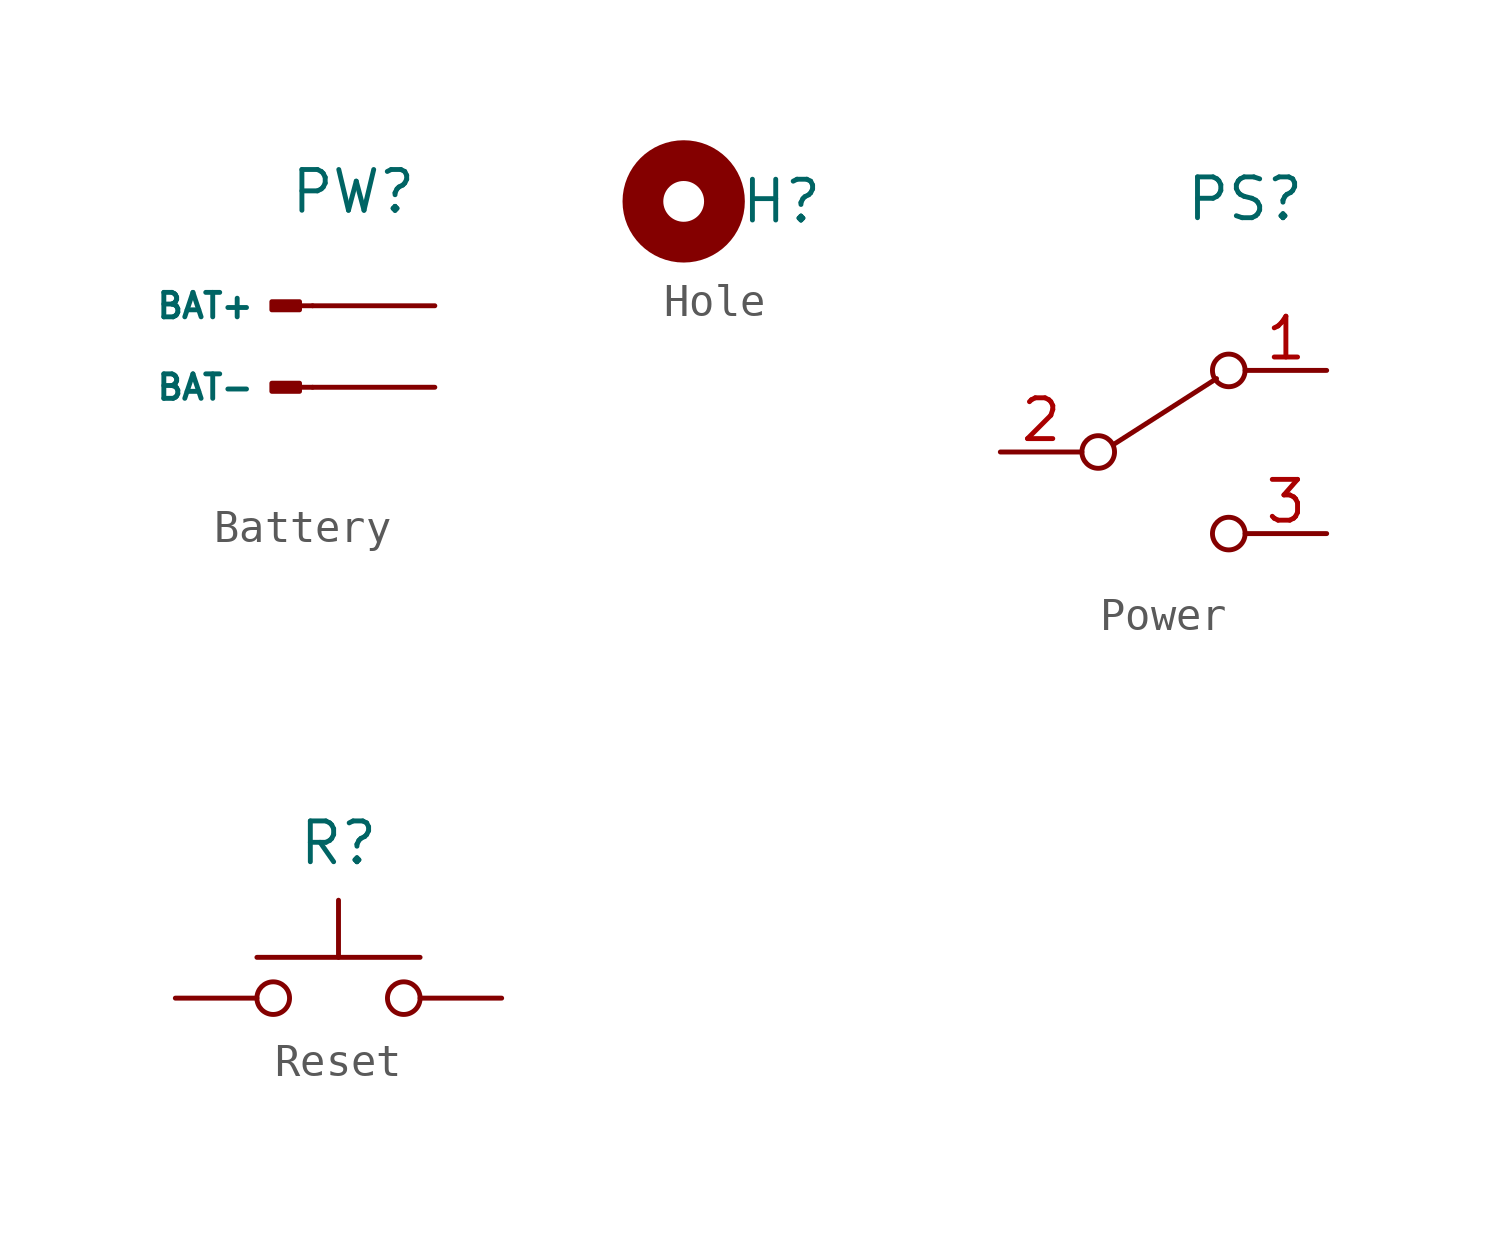
<source format=kicad_sym>
(kicad_symbol_lib
  (version 20241209)
  (generator "kicad_symbol_editor")
  (generator_version "9.0")
  (symbol "Battery"
    (pin_numbers
      (hide yes))
    (pin_names
      (offset 1.778))
    (property "Reference" "PW"
      (at 0 4.826 0)
      (effects (font (size 1.27 1.27))))
    (property "Value" ""
      (at -1.524 -3.556 0)
      (effects (font (size 1.27 1.27))))
    (symbol "Battery_1_1"
      (rectangle (start -1.676 1.397) (end -2.54 1.143) (stroke (width 0.152) (type default)) (fill (type outline)))
      (rectangle (start -1.676 -1.143) (end -2.54 -1.397) (stroke (width 0.152) (type default)) (fill (type outline)))
      (polyline (pts (xy -1.27 1.27) (xy -1.676 1.27)) (stroke (width 0.152) (type default)) (fill (type none)))
      (polyline (pts (xy -1.27 -1.27) (xy -1.676 -1.27)) (stroke (width 0.152) (type default)) (fill (type none)))
      (pin passive line (at 2.54 1.27 180) (length 3.81) (name "BAT+" (effects (font (size 0.762 0.762)))) (number "1" (effects (font (size 0.762 0.762)))))
      (pin passive line (at 2.54 -1.27 180) (length 3.81) (name "BAT-" (effects (font (size 0.762 0.762)))) (number "2" (effects (font (size 1.27 1.27)))))))
  (symbol "Hole"
    (property "Reference" "H"
      (at 3.048 0 0)
      (effects (font (size 1.27 1.27))))
    (property "Value" ""
      (at 0 0 0)
      (effects (font (size 1.27 1.27))))
    (symbol "Hole_0_1"
      (circle (center 0 0) (radius 1.27) (stroke (width 1.27) (type default)) (fill (type none)))))
  (symbol "Power"
    (pin_names
      (hide yes))
    (property "Reference" "PS"
      (at 0 7.874 0)
      (effects (font (size 1.27 1.27))))
    (property "Value" ""
      (at 0.254 5.588 0)
      (effects (font (size 1.27 1.27))))
    (symbol "Power_0_0"
      (circle (center -4.572 0) (radius 0.508) (stroke (width 0) (type default)) (fill (type none)))
      (circle (center -0.508 -2.54) (radius 0.508) (stroke (width 0) (type default)) (fill (type none))))
    (symbol "Power_0_1"
      (polyline (pts (xy -4.064 0.254) (xy -0.889 2.286)) (stroke (width 0) (type default)) (fill (type none)))
      (circle (center -0.508 2.54) (radius 0.508) (stroke (width 0) (type default)) (fill (type none))))
    (symbol "Power_1_1"
      (pin passive line (at -7.62 0 0) (length 2.54) (name "B" (effects (font (size 1.27 1.27)))) (number "2" (effects (font (size 1.27 1.27)))))
      (pin passive line (at 2.54 2.54 180) (length 2.54) (name "A" (effects (font (size 1.27 1.27)))) (number "1" (effects (font (size 1.27 1.27)))))
      (pin passive line (at 2.54 -2.54 180) (length 2.54) (name "C" (effects (font (size 1.27 1.27)))) (number "3" (effects (font (size 1.27 1.27)))))))
  (symbol "Reset"
    (pin_numbers
      (hide yes))
    (pin_names
      (offset 1.27)
      (hide yes))
    (property "Reference" "R"
      (at 0 4.826 0)
      (effects (font (size 1.27 1.27))))
    (property "Value" ""
      (at 0 0 0)
      (effects (font (size 1.27 1.27))))
    (symbol "Reset_0_1"
      (circle (center -2.032 0) (radius 0.508) (stroke (width 0) (type default)) (fill (type none)))
      (polyline (pts (xy 0 1.27) (xy 0 3.048)) (stroke (width 0) (type default)) (fill (type none)))
      (circle (center 2.032 0) (radius 0.508) (stroke (width 0) (type default)) (fill (type none)))
      (polyline (pts (xy 2.54 1.27) (xy -2.54 1.27)) (stroke (width 0) (type default)) (fill (type none)))
      (pin passive line (at -5.08 0 0) (length 2.54) (name "1" (effects (font (size 1.27 1.27)))) (number "1" (effects (font (size 1.27 1.27)))))
      (pin passive line (at 5.08 0 180) (length 2.54) (name "2" (effects (font (size 1.27 1.27)))) (number "2" (effects (font (size 1.27 1.27))))))))
</source>
